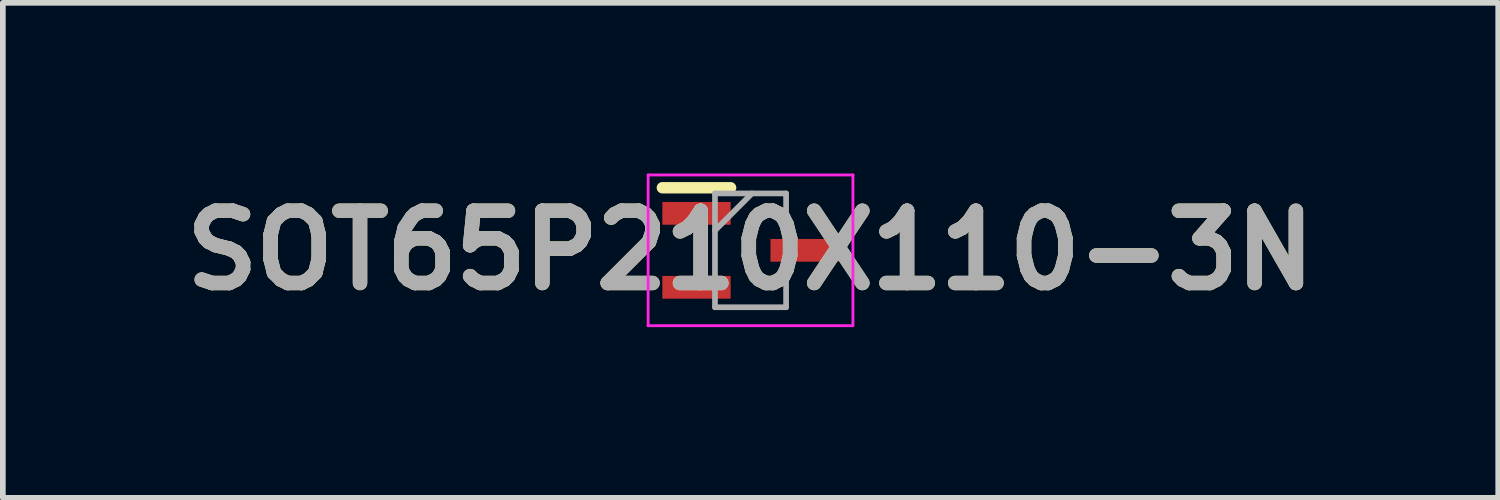
<source format=kicad_pcb>
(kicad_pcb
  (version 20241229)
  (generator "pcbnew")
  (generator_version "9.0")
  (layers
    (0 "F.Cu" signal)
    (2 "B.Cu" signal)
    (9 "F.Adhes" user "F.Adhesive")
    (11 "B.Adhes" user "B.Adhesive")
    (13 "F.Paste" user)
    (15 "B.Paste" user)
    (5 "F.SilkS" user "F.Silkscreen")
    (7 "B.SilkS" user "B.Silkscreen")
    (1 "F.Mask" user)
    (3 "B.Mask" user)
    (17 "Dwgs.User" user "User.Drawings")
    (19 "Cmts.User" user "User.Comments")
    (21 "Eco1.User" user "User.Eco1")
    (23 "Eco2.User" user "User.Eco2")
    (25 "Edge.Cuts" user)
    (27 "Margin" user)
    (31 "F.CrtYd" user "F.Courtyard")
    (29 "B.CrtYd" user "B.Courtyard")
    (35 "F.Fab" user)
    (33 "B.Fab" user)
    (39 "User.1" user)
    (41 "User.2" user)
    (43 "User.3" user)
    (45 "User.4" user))
  (footprint "SOT65P210X110-3N"
    (layer "F.Cu")
    (at 10.142 1.35)
    (property "Reference" "SOT65P210X110-3N" (at 0 0 0) (layer "F.SilkS") (effects (font (size 1.27 1.27) (thickness 0.254))))
    (attr smd)
    (fp_line (start -1.55 -1.1) (end -0.35 -1.1) (stroke (width 0.2) (type solid)) (layer "F.SilkS"))
    (fp_line (start -1.8 -1.325) (end 1.8 -1.325) (stroke (width 0.05) (type solid)) (layer "F.CrtYd"))
    (fp_line (start -1.8 1.325) (end -1.8 -1.325) (stroke (width 0.05) (type solid)) (layer "F.CrtYd"))
    (fp_line (start 1.8 -1.325) (end 1.8 1.325) (stroke (width 0.05) (type solid)) (layer "F.CrtYd"))
    (fp_line (start 1.8 1.325) (end -1.8 1.325) (stroke (width 0.05) (type solid)) (layer "F.CrtYd"))
    (fp_line (start -0.625 -1) (end 0.625 -1) (stroke (width 0.1) (type solid)) (layer "F.Fab"))
    (fp_line (start -0.625 -0.35) (end 0.025 -1) (stroke (width 0.1) (type solid)) (layer "F.Fab"))
    (fp_line (start -0.625 1) (end -0.625 -1) (stroke (width 0.1) (type solid)) (layer "F.Fab"))
    (fp_line (start 0.625 -1) (end 0.625 1) (stroke (width 0.1) (type solid)) (layer "F.Fab"))
    (fp_line (start 0.625 1) (end -0.625 1) (stroke (width 0.1) (type solid)) (layer "F.Fab"))
    (fp_text user "${REFERENCE}" (at 0 0 0) (layer "F.Fab") (effects (font (size 1.27 1.27) (thickness 0.254))))
    (pad "1" smd rect (at -0.95 -0.65 90) (size 0.4 1.2) (layers "F.Cu" "F.Mask" "F.Paste"))
    (pad "2" smd rect (at -0.95 0.65 90) (size 0.4 1.2) (layers "F.Cu" "F.Mask" "F.Paste"))
    (pad "3" smd rect (at 0.95 0 90) (size 0.4 1.2) (layers "F.Cu" "F.Mask" "F.Paste")))
  (gr_rect
    (start -3 -3)
    (end 23.284 5.7)
    (stroke (width 0.1) (type default))
    (fill no)
    (layer "Edge.Cuts")))
</source>
